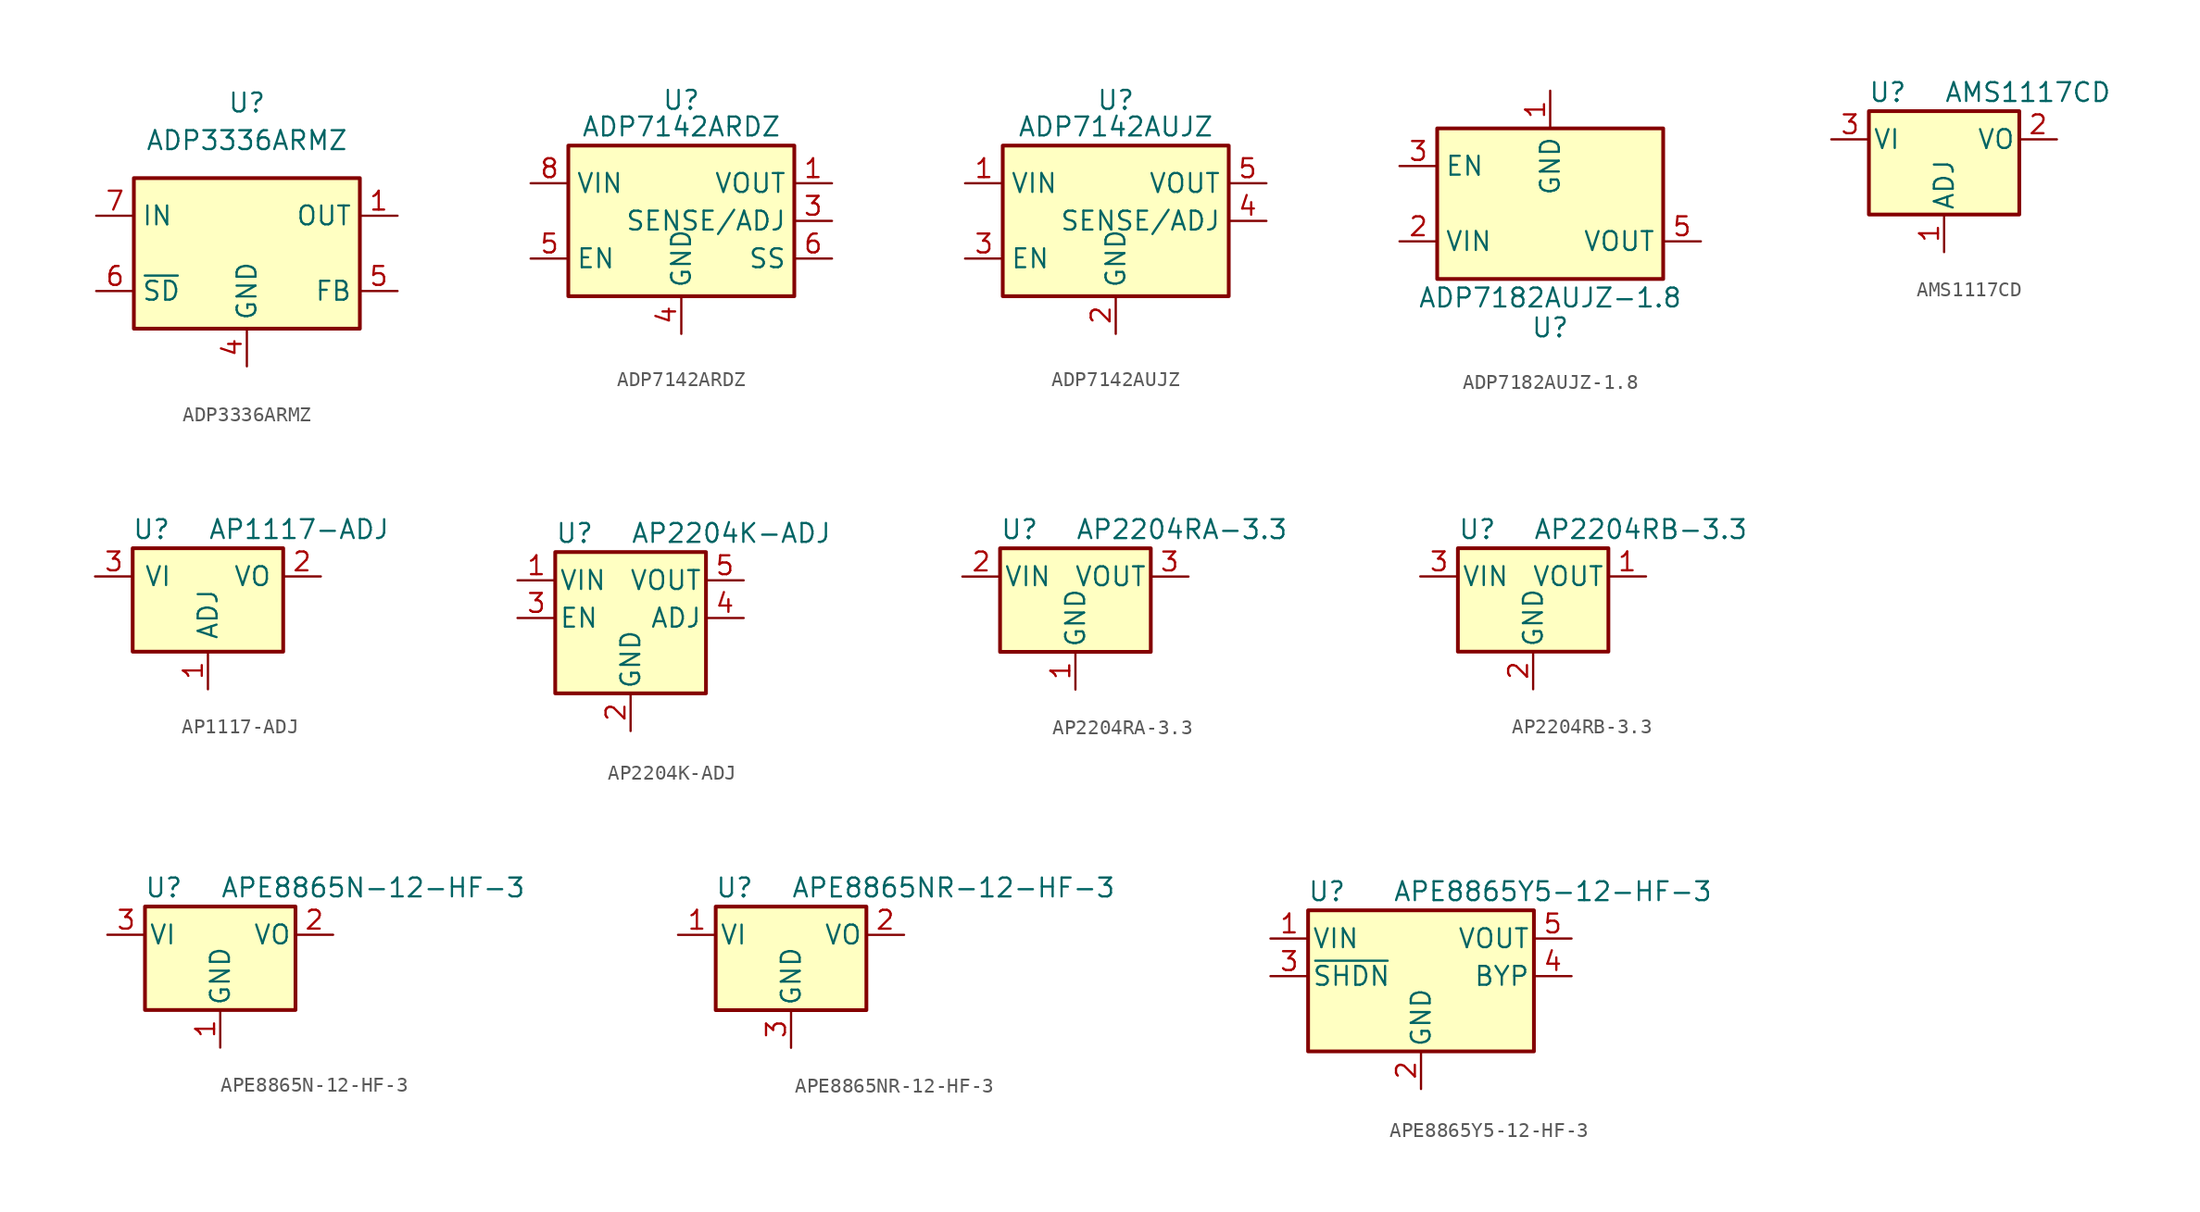
<source format=kicad_sym>
(kicad_symbol_lib
  (version 20211014)
  (generator kicad_symbol_editor)
  (symbol "ADP3336ARMZ"
    (property "Reference" "U"
      (at 0 10.16 0)
      (effects (font (size 1.27 1.27))))
    (property "Value" "ADP3336ARMZ"
      (at 0 7.62 0)
      (effects (font (size 1.27 1.27))))
    (symbol "ADP3336ARMZ_1_1"
      (rectangle (start -7.62 5.08) (end 7.62 -5.08) (stroke (width 0.254) (type default) (color 0 0 0 0)) (fill (type background)))
      (pin power_out line (at 10.16 2.54 180) (length 2.54) (name "OUT" (effects (font (size 1.27 1.27)))) (number "1" (effects (font (size 1.27 1.27)))))
      (pin passive line (at 10.16 2.54 180) (length 2.54) hide (name "OUT" (effects (font (size 1.27 1.27)))) (number "2" (effects (font (size 1.27 1.27)))))
      (pin passive line (at 10.16 2.54 180) (length 2.54) hide (name "OUT" (effects (font (size 1.27 1.27)))) (number "3" (effects (font (size 1.27 1.27)))))
      (pin power_in line (at 0 -7.62 90) (length 2.54) (name "GND" (effects (font (size 1.27 1.27)))) (number "4" (effects (font (size 1.27 1.27)))))
      (pin passive line (at 10.16 -2.54 180) (length 2.54) (name "FB" (effects (font (size 1.27 1.27)))) (number "5" (effects (font (size 1.27 1.27)))))
      (pin input line (at -10.16 -2.54 0) (length 2.54) (name "~{SD}" (effects (font (size 1.27 1.27)))) (number "6" (effects (font (size 1.27 1.27)))))
      (pin power_in line (at -10.16 2.54 0) (length 2.54) (name "IN" (effects (font (size 1.27 1.27)))) (number "7" (effects (font (size 1.27 1.27)))))
      (pin passive line (at -10.16 2.54 0) (length 2.54) hide (name "IN" (effects (font (size 1.27 1.27)))) (number "8" (effects (font (size 1.27 1.27)))))))
  (symbol "ADP7142ARDZ"
    (property "Reference" "U"
      (at 0 8.89 0)
      (effects (font (size 1.27 1.27)) (justify top)))
    (property "Value" "ADP7142ARDZ"
      (at 0 6.35 0)
      (effects (font (size 1.27 1.27))))
    (symbol "ADP7142ARDZ_0_1"
      (rectangle (start -7.62 5.08) (end 7.62 -5.08) (stroke (width 0.254) (type default) (color 0 0 0 0)) (fill (type background))))
    (symbol "ADP7142ARDZ_1_1"
      (pin power_out line (at 10.16 2.54 180) (length 2.54) (name "VOUT" (effects (font (size 1.27 1.27)))) (number "1" (effects (font (size 1.27 1.27)))))
      (pin passive line (at 10.16 2.54 180) (length 2.54) hide (name "VOUT" (effects (font (size 1.27 1.27)))) (number "2" (effects (font (size 1.27 1.27)))))
      (pin input line (at 10.16 0 180) (length 2.54) (name "SENSE/ADJ" (effects (font (size 1.27 1.27)))) (number "3" (effects (font (size 1.27 1.27)))))
      (pin power_in line (at 0 -7.62 90) (length 2.54) (name "GND" (effects (font (size 1.27 1.27)))) (number "4" (effects (font (size 1.27 1.27)))))
      (pin input line (at -10.16 -2.54 0) (length 2.54) (name "EN" (effects (font (size 1.27 1.27)))) (number "5" (effects (font (size 1.27 1.27)))))
      (pin passive line (at 10.16 -2.54 180) (length 2.54) (name "SS" (effects (font (size 1.27 1.27)))) (number "6" (effects (font (size 1.27 1.27)))))
      (pin passive line (at -10.16 2.54 0) (length 2.54) hide (name "VIN" (effects (font (size 1.27 1.27)))) (number "7" (effects (font (size 1.27 1.27)))))
      (pin power_in line (at -10.16 2.54 0) (length 2.54) (name "VIN" (effects (font (size 1.27 1.27)))) (number "8" (effects (font (size 1.27 1.27)))))
      (pin passive line (at 0 -7.62 90) (length 2.54) hide (name "GND" (effects (font (size 1.27 1.27)))) (number "9" (effects (font (size 1.27 1.27)))))))
  (symbol "ADP7142AUJZ"
    (property "Reference" "U"
      (at 0 8.89 0)
      (effects (font (size 1.27 1.27)) (justify top)))
    (property "Value" "ADP7142AUJZ"
      (at 0 6.35 0)
      (effects (font (size 1.27 1.27))))
    (symbol "ADP7142AUJZ_0_1"
      (rectangle (start -7.62 5.08) (end 7.62 -5.08) (stroke (width 0.254) (type default) (color 0 0 0 0)) (fill (type background))))
    (symbol "ADP7142AUJZ_1_1"
      (pin power_in line (at -10.16 2.54 0) (length 2.54) (name "VIN" (effects (font (size 1.27 1.27)))) (number "1" (effects (font (size 1.27 1.27)))))
      (pin power_in line (at 0 -7.62 90) (length 2.54) (name "GND" (effects (font (size 1.27 1.27)))) (number "2" (effects (font (size 1.27 1.27)))))
      (pin input line (at -10.16 -2.54 0) (length 2.54) (name "EN" (effects (font (size 1.27 1.27)))) (number "3" (effects (font (size 1.27 1.27)))))
      (pin input line (at 10.16 0 180) (length 2.54) (name "SENSE/ADJ" (effects (font (size 1.27 1.27)))) (number "4" (effects (font (size 1.27 1.27)))))
      (pin power_out line (at 10.16 2.54 180) (length 2.54) (name "VOUT" (effects (font (size 1.27 1.27)))) (number "5" (effects (font (size 1.27 1.27)))))))
  (symbol "ADP7182AUJZ-1.8"
    (property "Reference" "U"
      (at 0 -7.62 0)
      (effects (font (size 1.27 1.27)) (justify top)))
    (property "Value" "ADP7182AUJZ-1.8"
      (at 0 -6.35 0)
      (effects (font (size 1.27 1.27))))
    (symbol "ADP7182AUJZ-1.8_0_1"
      (rectangle (start -7.62 5.08) (end 7.62 -5.08) (stroke (width 0.254) (type default) (color 0 0 0 0)) (fill (type background))))
    (symbol "ADP7182AUJZ-1.8_1_1"
      (pin power_in line (at 0 7.62 270) (length 2.54) (name "GND" (effects (font (size 1.27 1.27)))) (number "1" (effects (font (size 1.27 1.27)))))
      (pin power_in line (at -10.16 -2.54 0) (length 2.54) (name "VIN" (effects (font (size 1.27 1.27)))) (number "2" (effects (font (size 1.27 1.27)))))
      (pin input line (at -10.16 2.54 0) (length 2.54) (name "EN" (effects (font (size 1.27 1.27)))) (number "3" (effects (font (size 1.27 1.27)))))
      (pin no_connect line (at 7.62 0 180) (length 2.54) hide (name "NC" (effects (font (size 1.27 1.27)))) (number "4" (effects (font (size 1.27 1.27)))))
      (pin power_out line (at 10.16 -2.54 180) (length 2.54) (name "VOUT" (effects (font (size 1.27 1.27)))) (number "5" (effects (font (size 1.27 1.27)))))))
  (symbol "AMS1117CD"
    (pin_names
      (offset 0.254))
    (property "Reference" "U"
      (at -3.81 3.175 0)
      (effects (font (size 1.27 1.27))))
    (property "Value" "AMS1117CD"
      (at 0 3.175 0)
      (effects (font (size 1.27 1.27)) (justify left)))
    (symbol "AMS1117CD_0_1"
      (rectangle (start -5.08 -5.08) (end 5.08 1.905) (stroke (width 0.254) (type default) (color 0 0 0 0)) (fill (type background))))
    (symbol "AMS1117CD_1_1"
      (pin input line (at 0 -7.62 90) (length 2.54) (name "ADJ" (effects (font (size 1.27 1.27)))) (number "1" (effects (font (size 1.27 1.27)))))
      (pin power_out line (at 7.62 0 180) (length 2.54) (name "VO" (effects (font (size 1.27 1.27)))) (number "2" (effects (font (size 1.27 1.27)))))
      (pin power_in line (at -7.62 0 0) (length 2.54) (name "VI" (effects (font (size 1.27 1.27)))) (number "3" (effects (font (size 1.27 1.27)))))))
  (symbol "AP1117-ADJ"
    (pin_names
      (offset 0.762))
    (property "Reference" "U"
      (at -3.81 3.175 0)
      (effects (font (size 1.27 1.27))))
    (property "Value" "AP1117-ADJ"
      (at 0 3.175 0)
      (effects (font (size 1.27 1.27)) (justify left)))
    (symbol "AP1117-ADJ_0_1"
      (rectangle (start -5.08 -5.08) (end 5.08 1.905) (stroke (width 0.254) (type default) (color 0 0 0 0)) (fill (type background))))
    (symbol "AP1117-ADJ_1_1"
      (pin input line (at 0 -7.62 90) (length 2.54) (name "ADJ" (effects (font (size 1.27 1.27)))) (number "1" (effects (font (size 1.27 1.27)))))
      (pin power_out line (at 7.62 0 180) (length 2.54) (name "VO" (effects (font (size 1.27 1.27)))) (number "2" (effects (font (size 1.27 1.27)))))
      (pin power_in line (at -7.62 0 0) (length 2.54) (name "VI" (effects (font (size 1.27 1.27)))) (number "3" (effects (font (size 1.27 1.27)))))))
  (symbol "AP2204K-ADJ"
    (pin_names
      (offset 0.254))
    (property "Reference" "U"
      (at -5.08 5.715 0)
      (effects (font (size 1.27 1.27)) (justify left)))
    (property "Value" "AP2204K-ADJ"
      (at 0 5.715 0)
      (effects (font (size 1.27 1.27)) (justify left)))
    (symbol "AP2204K-ADJ_0_1"
      (rectangle (start -5.08 4.445) (end 5.08 -5.08) (stroke (width 0.254) (type default) (color 0 0 0 0)) (fill (type background))))
    (symbol "AP2204K-ADJ_1_1"
      (pin power_in line (at -7.62 2.54 0) (length 2.54) (name "VIN" (effects (font (size 1.27 1.27)))) (number "1" (effects (font (size 1.27 1.27)))))
      (pin power_in line (at 0 -7.62 90) (length 2.54) (name "GND" (effects (font (size 1.27 1.27)))) (number "2" (effects (font (size 1.27 1.27)))))
      (pin input line (at -7.62 0 0) (length 2.54) (name "EN" (effects (font (size 1.27 1.27)))) (number "3" (effects (font (size 1.27 1.27)))))
      (pin input line (at 7.62 0 180) (length 2.54) (name "ADJ" (effects (font (size 1.27 1.27)))) (number "4" (effects (font (size 1.27 1.27)))))
      (pin power_out line (at 7.62 2.54 180) (length 2.54) (name "VOUT" (effects (font (size 1.27 1.27)))) (number "5" (effects (font (size 1.27 1.27)))))))
  (symbol "AP2204RA-3.3"
    (pin_names
      (offset 0.254))
    (property "Reference" "U"
      (at -5.08 3.175 0)
      (effects (font (size 1.27 1.27)) (justify left)))
    (property "Value" "AP2204RA-3.3"
      (at 0 3.175 0)
      (effects (font (size 1.27 1.27)) (justify left)))
    (symbol "AP2204RA-3.3_0_1"
      (rectangle (start -5.08 1.905) (end 5.08 -5.08) (stroke (width 0.254) (type default) (color 0 0 0 0)) (fill (type background))))
    (symbol "AP2204RA-3.3_1_1"
      (pin power_in line (at 0 -7.62 90) (length 2.54) (name "GND" (effects (font (size 1.27 1.27)))) (number "1" (effects (font (size 1.27 1.27)))))
      (pin power_in line (at -7.62 0 0) (length 2.54) (name "VIN" (effects (font (size 1.27 1.27)))) (number "2" (effects (font (size 1.27 1.27)))))
      (pin power_out line (at 7.62 0 180) (length 2.54) (name "VOUT" (effects (font (size 1.27 1.27)))) (number "3" (effects (font (size 1.27 1.27)))))))
  (symbol "AP2204RB-3.3"
    (pin_names
      (offset 0.254))
    (property "Reference" "U"
      (at -5.08 3.175 0)
      (effects (font (size 1.27 1.27)) (justify left)))
    (property "Value" "AP2204RB-3.3"
      (at 0 3.175 0)
      (effects (font (size 1.27 1.27)) (justify left)))
    (symbol "AP2204RB-3.3_0_1"
      (rectangle (start -5.08 1.905) (end 5.08 -5.08) (stroke (width 0.254) (type default) (color 0 0 0 0)) (fill (type background))))
    (symbol "AP2204RB-3.3_1_1"
      (pin power_out line (at 7.62 0 180) (length 2.54) (name "VOUT" (effects (font (size 1.27 1.27)))) (number "1" (effects (font (size 1.27 1.27)))))
      (pin power_in line (at 0 -7.62 90) (length 2.54) (name "GND" (effects (font (size 1.27 1.27)))) (number "2" (effects (font (size 1.27 1.27)))))
      (pin power_in line (at -7.62 0 0) (length 2.54) (name "VIN" (effects (font (size 1.27 1.27)))) (number "3" (effects (font (size 1.27 1.27)))))))
  (symbol "APE8865N-12-HF-3"
    (pin_names
      (offset 0.254))
    (property "Reference" "U"
      (at -3.81 3.175 0)
      (effects (font (size 1.27 1.27))))
    (property "Value" "APE8865N-12-HF-3"
      (at 0 3.175 0)
      (effects (font (size 1.27 1.27)) (justify left)))
    (symbol "APE8865N-12-HF-3_0_1"
      (rectangle (start -5.08 1.905) (end 5.08 -5.08) (stroke (width 0.254) (type default) (color 0 0 0 0)) (fill (type background))))
    (symbol "APE8865N-12-HF-3_1_1"
      (pin power_in line (at 0 -7.62 90) (length 2.54) (name "GND" (effects (font (size 1.27 1.27)))) (number "1" (effects (font (size 1.27 1.27)))))
      (pin power_out line (at 7.62 0 180) (length 2.54) (name "VO" (effects (font (size 1.27 1.27)))) (number "2" (effects (font (size 1.27 1.27)))))
      (pin power_in line (at -7.62 0 0) (length 2.54) (name "VI" (effects (font (size 1.27 1.27)))) (number "3" (effects (font (size 1.27 1.27)))))))
  (symbol "APE8865NR-12-HF-3"
    (pin_names
      (offset 0.254))
    (property "Reference" "U"
      (at -3.81 3.175 0)
      (effects (font (size 1.27 1.27))))
    (property "Value" "APE8865NR-12-HF-3"
      (at 0 3.175 0)
      (effects (font (size 1.27 1.27)) (justify left)))
    (symbol "APE8865NR-12-HF-3_0_1"
      (rectangle (start -5.08 1.905) (end 5.08 -5.08) (stroke (width 0.254) (type default) (color 0 0 0 0)) (fill (type background))))
    (symbol "APE8865NR-12-HF-3_1_1"
      (pin power_in line (at -7.62 0 0) (length 2.54) (name "VI" (effects (font (size 1.27 1.27)))) (number "1" (effects (font (size 1.27 1.27)))))
      (pin power_out line (at 7.62 0 180) (length 2.54) (name "VO" (effects (font (size 1.27 1.27)))) (number "2" (effects (font (size 1.27 1.27)))))
      (pin power_in line (at 0 -7.62 90) (length 2.54) (name "GND" (effects (font (size 1.27 1.27)))) (number "3" (effects (font (size 1.27 1.27)))))))
  (symbol "APE8865Y5-12-HF-3"
    (pin_names
      (offset 0.254))
    (property "Reference" "U"
      (at -6.35 5.715 0)
      (effects (font (size 1.27 1.27))))
    (property "Value" "APE8865Y5-12-HF-3"
      (at -1.905 5.715 0)
      (effects (font (size 1.27 1.27)) (justify left)))
    (symbol "APE8865Y5-12-HF-3_0_1"
      (rectangle (start -7.62 4.445) (end 7.62 -5.08) (stroke (width 0.254) (type default) (color 0 0 0 0)) (fill (type background))))
    (symbol "APE8865Y5-12-HF-3_1_1"
      (pin power_in line (at -10.16 2.54 0) (length 2.54) (name "VIN" (effects (font (size 1.27 1.27)))) (number "1" (effects (font (size 1.27 1.27)))))
      (pin power_in line (at 0 -7.62 90) (length 2.54) (name "GND" (effects (font (size 1.27 1.27)))) (number "2" (effects (font (size 1.27 1.27)))))
      (pin input line (at -10.16 0 0) (length 2.54) (name "~{SHDN}" (effects (font (size 1.27 1.27)))) (number "3" (effects (font (size 1.27 1.27)))))
      (pin input line (at 10.16 0 180) (length 2.54) (name "BYP" (effects (font (size 1.27 1.27)))) (number "4" (effects (font (size 1.27 1.27)))))
      (pin power_out line (at 10.16 2.54 180) (length 2.54) (name "VOUT" (effects (font (size 1.27 1.27)))) (number "5" (effects (font (size 1.27 1.27))))))))
</source>
